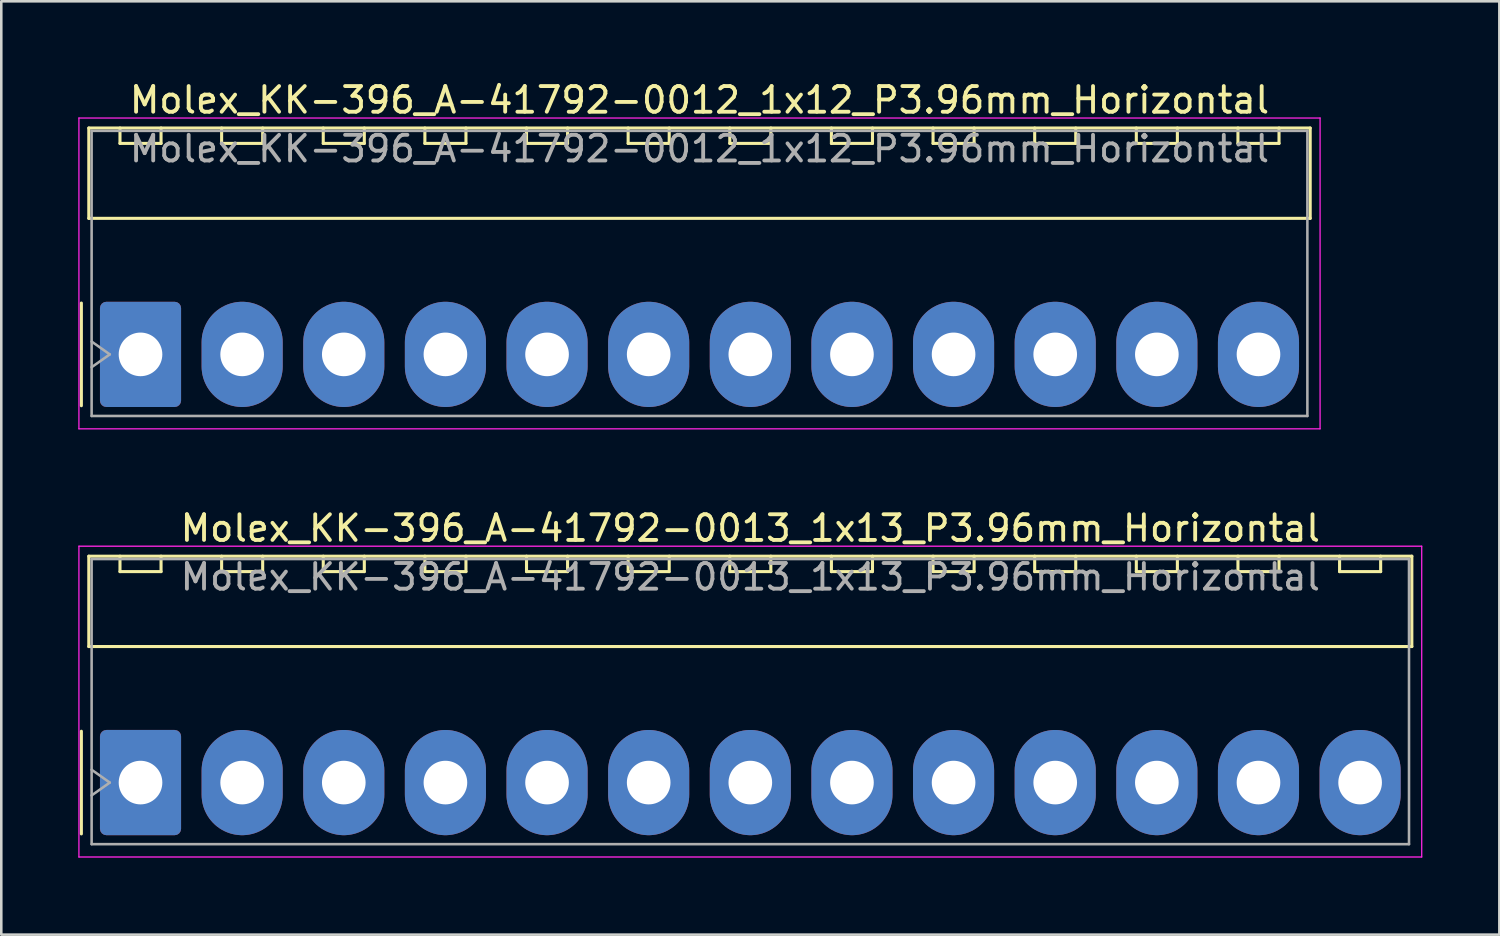
<source format=kicad_pcb>
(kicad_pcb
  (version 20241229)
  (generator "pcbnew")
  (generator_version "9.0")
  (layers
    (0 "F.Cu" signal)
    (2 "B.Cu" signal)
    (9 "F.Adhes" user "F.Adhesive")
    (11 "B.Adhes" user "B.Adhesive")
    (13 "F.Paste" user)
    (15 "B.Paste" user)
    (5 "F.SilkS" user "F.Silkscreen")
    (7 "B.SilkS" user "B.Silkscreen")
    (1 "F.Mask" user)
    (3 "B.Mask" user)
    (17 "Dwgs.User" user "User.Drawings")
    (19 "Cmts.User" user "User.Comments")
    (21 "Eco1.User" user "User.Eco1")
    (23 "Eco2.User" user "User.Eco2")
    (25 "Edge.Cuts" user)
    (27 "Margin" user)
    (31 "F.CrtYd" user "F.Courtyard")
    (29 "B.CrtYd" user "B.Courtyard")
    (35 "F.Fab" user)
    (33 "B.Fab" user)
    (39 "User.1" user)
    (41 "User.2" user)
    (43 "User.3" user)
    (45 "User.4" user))
  (footprint "Molex_KK-396_A-41792-0012_1x12_P3.96mm_Horizontal"
    (layer "F.Cu")
    (at 2.425 10.758)
    (property "Reference" "Molex_KK-396_A-41792-0012_1x12_P3.96mm_Horizontal" (at 21.78 -9.91 0) (layer "F.SilkS") (effects (font (size 1 1) (thickness 0.15))))
    (attr through_hole)
    (fp_line (start -2.305 -2) (end -2.305 2) (stroke (width 0.12) (type solid)) (layer "F.SilkS"))
    (fp_line (start -2.015 -8.82) (end 45.575 -8.82) (stroke (width 0.12) (type solid)) (layer "F.SilkS"))
    (fp_line (start -2.015 -5.3) (end -2.015 -8.82) (stroke (width 0.12) (type solid)) (layer "F.SilkS"))
    (fp_line (start -0.8 -8.82) (end -0.8 -8.22) (stroke (width 0.12) (type solid)) (layer "F.SilkS"))
    (fp_line (start -0.8 -8.22) (end 0.8 -8.22) (stroke (width 0.12) (type solid)) (layer "F.SilkS"))
    (fp_line (start 0.8 -8.22) (end 0.8 -8.82) (stroke (width 0.12) (type solid)) (layer "F.SilkS"))
    (fp_line (start 3.16 -8.82) (end 3.16 -8.22) (stroke (width 0.12) (type solid)) (layer "F.SilkS"))
    (fp_line (start 3.16 -8.22) (end 4.76 -8.22) (stroke (width 0.12) (type solid)) (layer "F.SilkS"))
    (fp_line (start 4.76 -8.22) (end 4.76 -8.82) (stroke (width 0.12) (type solid)) (layer "F.SilkS"))
    (fp_line (start 7.12 -8.82) (end 7.12 -8.22) (stroke (width 0.12) (type solid)) (layer "F.SilkS"))
    (fp_line (start 7.12 -8.22) (end 8.72 -8.22) (stroke (width 0.12) (type solid)) (layer "F.SilkS"))
    (fp_line (start 8.72 -8.22) (end 8.72 -8.82) (stroke (width 0.12) (type solid)) (layer "F.SilkS"))
    (fp_line (start 11.08 -8.82) (end 11.08 -8.22) (stroke (width 0.12) (type solid)) (layer "F.SilkS"))
    (fp_line (start 11.08 -8.22) (end 12.68 -8.22) (stroke (width 0.12) (type solid)) (layer "F.SilkS"))
    (fp_line (start 12.68 -8.22) (end 12.68 -8.82) (stroke (width 0.12) (type solid)) (layer "F.SilkS"))
    (fp_line (start 15.04 -8.82) (end 15.04 -8.22) (stroke (width 0.12) (type solid)) (layer "F.SilkS"))
    (fp_line (start 15.04 -8.22) (end 16.64 -8.22) (stroke (width 0.12) (type solid)) (layer "F.SilkS"))
    (fp_line (start 16.64 -8.22) (end 16.64 -8.82) (stroke (width 0.12) (type solid)) (layer "F.SilkS"))
    (fp_line (start 19 -8.82) (end 19 -8.22) (stroke (width 0.12) (type solid)) (layer "F.SilkS"))
    (fp_line (start 19 -8.22) (end 20.6 -8.22) (stroke (width 0.12) (type solid)) (layer "F.SilkS"))
    (fp_line (start 20.6 -8.22) (end 20.6 -8.82) (stroke (width 0.12) (type solid)) (layer "F.SilkS"))
    (fp_line (start 22.96 -8.82) (end 22.96 -8.22) (stroke (width 0.12) (type solid)) (layer "F.SilkS"))
    (fp_line (start 22.96 -8.22) (end 24.56 -8.22) (stroke (width 0.12) (type solid)) (layer "F.SilkS"))
    (fp_line (start 24.56 -8.22) (end 24.56 -8.82) (stroke (width 0.12) (type solid)) (layer "F.SilkS"))
    (fp_line (start 26.92 -8.82) (end 26.92 -8.22) (stroke (width 0.12) (type solid)) (layer "F.SilkS"))
    (fp_line (start 26.92 -8.22) (end 28.52 -8.22) (stroke (width 0.12) (type solid)) (layer "F.SilkS"))
    (fp_line (start 28.52 -8.22) (end 28.52 -8.82) (stroke (width 0.12) (type solid)) (layer "F.SilkS"))
    (fp_line (start 30.88 -8.82) (end 30.88 -8.22) (stroke (width 0.12) (type solid)) (layer "F.SilkS"))
    (fp_line (start 30.88 -8.22) (end 32.48 -8.22) (stroke (width 0.12) (type solid)) (layer "F.SilkS"))
    (fp_line (start 32.48 -8.22) (end 32.48 -8.82) (stroke (width 0.12) (type solid)) (layer "F.SilkS"))
    (fp_line (start 34.84 -8.82) (end 34.84 -8.22) (stroke (width 0.12) (type solid)) (layer "F.SilkS"))
    (fp_line (start 34.84 -8.22) (end 36.44 -8.22) (stroke (width 0.12) (type solid)) (layer "F.SilkS"))
    (fp_line (start 36.44 -8.22) (end 36.44 -8.82) (stroke (width 0.12) (type solid)) (layer "F.SilkS"))
    (fp_line (start 38.8 -8.82) (end 38.8 -8.22) (stroke (width 0.12) (type solid)) (layer "F.SilkS"))
    (fp_line (start 38.8 -8.22) (end 40.4 -8.22) (stroke (width 0.12) (type solid)) (layer "F.SilkS"))
    (fp_line (start 40.4 -8.22) (end 40.4 -8.82) (stroke (width 0.12) (type solid)) (layer "F.SilkS"))
    (fp_line (start 42.76 -8.82) (end 42.76 -8.22) (stroke (width 0.12) (type solid)) (layer "F.SilkS"))
    (fp_line (start 42.76 -8.22) (end 44.36 -8.22) (stroke (width 0.12) (type solid)) (layer "F.SilkS"))
    (fp_line (start 44.36 -8.22) (end 44.36 -8.82) (stroke (width 0.12) (type solid)) (layer "F.SilkS"))
    (fp_line (start 45.575 -8.82) (end 45.575 -5.3) (stroke (width 0.12) (type solid)) (layer "F.SilkS"))
    (fp_line (start 45.575 -5.3) (end -2.015 -5.3) (stroke (width 0.12) (type solid)) (layer "F.SilkS"))
    (fp_line (start -2.4 -9.21) (end -2.4 2.9) (stroke (width 0.05) (type solid)) (layer "F.CrtYd"))
    (fp_line (start -2.4 2.9) (end 45.96 2.9) (stroke (width 0.05) (type solid)) (layer "F.CrtYd"))
    (fp_line (start 45.96 -9.21) (end -2.4 -9.21) (stroke (width 0.05) (type solid)) (layer "F.CrtYd"))
    (fp_line (start 45.96 2.9) (end 45.96 -9.21) (stroke (width 0.05) (type solid)) (layer "F.CrtYd"))
    (fp_line (start -1.905 -8.71) (end 45.465 -8.71) (stroke (width 0.1) (type solid)) (layer "F.Fab"))
    (fp_line (start -1.905 -0.5) (end -1.198 0) (stroke (width 0.1) (type solid)) (layer "F.Fab"))
    (fp_line (start -1.905 2.4) (end -1.905 -8.71) (stroke (width 0.1) (type solid)) (layer "F.Fab"))
    (fp_line (start -1.198 0) (end -1.905 0.5) (stroke (width 0.1) (type solid)) (layer "F.Fab"))
    (fp_line (start 45.465 -8.71) (end 45.465 2.4) (stroke (width 0.1) (type solid)) (layer "F.Fab"))
    (fp_line (start 45.465 2.4) (end -1.905 2.4) (stroke (width 0.1) (type solid)) (layer "F.Fab"))
    (fp_text user "${REFERENCE}" (at 21.78 -8.01 0) (layer "F.Fab") (effects (font (size 1 1) (thickness 0.15))))
    (pad "1" thru_hole roundrect (at 0 0) (size 3.16 4.1) (drill 1.7) (layers "*.Cu" "*.Mask") (roundrect_rratio 0.079))
    (pad "2" thru_hole oval (at 3.96 0) (size 3.16 4.1) (drill 1.7) (layers "*.Cu" "*.Mask"))
    (pad "3" thru_hole oval (at 7.92 0) (size 3.16 4.1) (drill 1.7) (layers "*.Cu" "*.Mask"))
    (pad "4" thru_hole oval (at 11.88 0) (size 3.16 4.1) (drill 1.7) (layers "*.Cu" "*.Mask"))
    (pad "5" thru_hole oval (at 15.84 0) (size 3.16 4.1) (drill 1.7) (layers "*.Cu" "*.Mask"))
    (pad "6" thru_hole oval (at 19.8 0) (size 3.16 4.1) (drill 1.7) (layers "*.Cu" "*.Mask"))
    (pad "7" thru_hole oval (at 23.76 0) (size 3.16 4.1) (drill 1.7) (layers "*.Cu" "*.Mask"))
    (pad "8" thru_hole oval (at 27.72 0) (size 3.16 4.1) (drill 1.7) (layers "*.Cu" "*.Mask"))
    (pad "9" thru_hole oval (at 31.68 0) (size 3.16 4.1) (drill 1.7) (layers "*.Cu" "*.Mask"))
    (pad "10" thru_hole oval (at 35.64 0) (size 3.16 4.1) (drill 1.7) (layers "*.Cu" "*.Mask"))
    (pad "11" thru_hole oval (at 39.6 0) (size 3.16 4.1) (drill 1.7) (layers "*.Cu" "*.Mask"))
    (pad "12" thru_hole oval (at 43.56 0) (size 3.16 4.1) (drill 1.7) (layers "*.Cu" "*.Mask")))
  (footprint "Molex_KK-396_A-41792-0013_1x13_P3.96mm_Horizontal"
    (layer "F.Cu")
    (at 2.425 27.442)
    (property "Reference" "Molex_KK-396_A-41792-0013_1x13_P3.96mm_Horizontal" (at 23.76 -9.91 0) (layer "F.SilkS") (effects (font (size 1 1) (thickness 0.15))))
    (attr through_hole)
    (fp_line (start -2.305 -2) (end -2.305 2) (stroke (width 0.12) (type solid)) (layer "F.SilkS"))
    (fp_line (start -2.015 -8.82) (end 49.535 -8.82) (stroke (width 0.12) (type solid)) (layer "F.SilkS"))
    (fp_line (start -2.015 -5.3) (end -2.015 -8.82) (stroke (width 0.12) (type solid)) (layer "F.SilkS"))
    (fp_line (start -0.8 -8.82) (end -0.8 -8.22) (stroke (width 0.12) (type solid)) (layer "F.SilkS"))
    (fp_line (start -0.8 -8.22) (end 0.8 -8.22) (stroke (width 0.12) (type solid)) (layer "F.SilkS"))
    (fp_line (start 0.8 -8.22) (end 0.8 -8.82) (stroke (width 0.12) (type solid)) (layer "F.SilkS"))
    (fp_line (start 3.16 -8.82) (end 3.16 -8.22) (stroke (width 0.12) (type solid)) (layer "F.SilkS"))
    (fp_line (start 3.16 -8.22) (end 4.76 -8.22) (stroke (width 0.12) (type solid)) (layer "F.SilkS"))
    (fp_line (start 4.76 -8.22) (end 4.76 -8.82) (stroke (width 0.12) (type solid)) (layer "F.SilkS"))
    (fp_line (start 7.12 -8.82) (end 7.12 -8.22) (stroke (width 0.12) (type solid)) (layer "F.SilkS"))
    (fp_line (start 7.12 -8.22) (end 8.72 -8.22) (stroke (width 0.12) (type solid)) (layer "F.SilkS"))
    (fp_line (start 8.72 -8.22) (end 8.72 -8.82) (stroke (width 0.12) (type solid)) (layer "F.SilkS"))
    (fp_line (start 11.08 -8.82) (end 11.08 -8.22) (stroke (width 0.12) (type solid)) (layer "F.SilkS"))
    (fp_line (start 11.08 -8.22) (end 12.68 -8.22) (stroke (width 0.12) (type solid)) (layer "F.SilkS"))
    (fp_line (start 12.68 -8.22) (end 12.68 -8.82) (stroke (width 0.12) (type solid)) (layer "F.SilkS"))
    (fp_line (start 15.04 -8.82) (end 15.04 -8.22) (stroke (width 0.12) (type solid)) (layer "F.SilkS"))
    (fp_line (start 15.04 -8.22) (end 16.64 -8.22) (stroke (width 0.12) (type solid)) (layer "F.SilkS"))
    (fp_line (start 16.64 -8.22) (end 16.64 -8.82) (stroke (width 0.12) (type solid)) (layer "F.SilkS"))
    (fp_line (start 19 -8.82) (end 19 -8.22) (stroke (width 0.12) (type solid)) (layer "F.SilkS"))
    (fp_line (start 19 -8.22) (end 20.6 -8.22) (stroke (width 0.12) (type solid)) (layer "F.SilkS"))
    (fp_line (start 20.6 -8.22) (end 20.6 -8.82) (stroke (width 0.12) (type solid)) (layer "F.SilkS"))
    (fp_line (start 22.96 -8.82) (end 22.96 -8.22) (stroke (width 0.12) (type solid)) (layer "F.SilkS"))
    (fp_line (start 22.96 -8.22) (end 24.56 -8.22) (stroke (width 0.12) (type solid)) (layer "F.SilkS"))
    (fp_line (start 24.56 -8.22) (end 24.56 -8.82) (stroke (width 0.12) (type solid)) (layer "F.SilkS"))
    (fp_line (start 26.92 -8.82) (end 26.92 -8.22) (stroke (width 0.12) (type solid)) (layer "F.SilkS"))
    (fp_line (start 26.92 -8.22) (end 28.52 -8.22) (stroke (width 0.12) (type solid)) (layer "F.SilkS"))
    (fp_line (start 28.52 -8.22) (end 28.52 -8.82) (stroke (width 0.12) (type solid)) (layer "F.SilkS"))
    (fp_line (start 30.88 -8.82) (end 30.88 -8.22) (stroke (width 0.12) (type solid)) (layer "F.SilkS"))
    (fp_line (start 30.88 -8.22) (end 32.48 -8.22) (stroke (width 0.12) (type solid)) (layer "F.SilkS"))
    (fp_line (start 32.48 -8.22) (end 32.48 -8.82) (stroke (width 0.12) (type solid)) (layer "F.SilkS"))
    (fp_line (start 34.84 -8.82) (end 34.84 -8.22) (stroke (width 0.12) (type solid)) (layer "F.SilkS"))
    (fp_line (start 34.84 -8.22) (end 36.44 -8.22) (stroke (width 0.12) (type solid)) (layer "F.SilkS"))
    (fp_line (start 36.44 -8.22) (end 36.44 -8.82) (stroke (width 0.12) (type solid)) (layer "F.SilkS"))
    (fp_line (start 38.8 -8.82) (end 38.8 -8.22) (stroke (width 0.12) (type solid)) (layer "F.SilkS"))
    (fp_line (start 38.8 -8.22) (end 40.4 -8.22) (stroke (width 0.12) (type solid)) (layer "F.SilkS"))
    (fp_line (start 40.4 -8.22) (end 40.4 -8.82) (stroke (width 0.12) (type solid)) (layer "F.SilkS"))
    (fp_line (start 42.76 -8.82) (end 42.76 -8.22) (stroke (width 0.12) (type solid)) (layer "F.SilkS"))
    (fp_line (start 42.76 -8.22) (end 44.36 -8.22) (stroke (width 0.12) (type solid)) (layer "F.SilkS"))
    (fp_line (start 44.36 -8.22) (end 44.36 -8.82) (stroke (width 0.12) (type solid)) (layer "F.SilkS"))
    (fp_line (start 46.72 -8.82) (end 46.72 -8.22) (stroke (width 0.12) (type solid)) (layer "F.SilkS"))
    (fp_line (start 46.72 -8.22) (end 48.32 -8.22) (stroke (width 0.12) (type solid)) (layer "F.SilkS"))
    (fp_line (start 48.32 -8.22) (end 48.32 -8.82) (stroke (width 0.12) (type solid)) (layer "F.SilkS"))
    (fp_line (start 49.535 -8.82) (end 49.535 -5.3) (stroke (width 0.12) (type solid)) (layer "F.SilkS"))
    (fp_line (start 49.535 -5.3) (end -2.015 -5.3) (stroke (width 0.12) (type solid)) (layer "F.SilkS"))
    (fp_line (start -2.4 -9.21) (end -2.4 2.9) (stroke (width 0.05) (type solid)) (layer "F.CrtYd"))
    (fp_line (start -2.4 2.9) (end 49.92 2.9) (stroke (width 0.05) (type solid)) (layer "F.CrtYd"))
    (fp_line (start 49.92 -9.21) (end -2.4 -9.21) (stroke (width 0.05) (type solid)) (layer "F.CrtYd"))
    (fp_line (start 49.92 2.9) (end 49.92 -9.21) (stroke (width 0.05) (type solid)) (layer "F.CrtYd"))
    (fp_line (start -1.905 -8.71) (end 49.425 -8.71) (stroke (width 0.1) (type solid)) (layer "F.Fab"))
    (fp_line (start -1.905 -0.5) (end -1.198 0) (stroke (width 0.1) (type solid)) (layer "F.Fab"))
    (fp_line (start -1.905 2.4) (end -1.905 -8.71) (stroke (width 0.1) (type solid)) (layer "F.Fab"))
    (fp_line (start -1.198 0) (end -1.905 0.5) (stroke (width 0.1) (type solid)) (layer "F.Fab"))
    (fp_line (start 49.425 -8.71) (end 49.425 2.4) (stroke (width 0.1) (type solid)) (layer "F.Fab"))
    (fp_line (start 49.425 2.4) (end -1.905 2.4) (stroke (width 0.1) (type solid)) (layer "F.Fab"))
    (fp_text user "${REFERENCE}" (at 23.76 -8.01 0) (layer "F.Fab") (effects (font (size 1 1) (thickness 0.15))))
    (pad "1" thru_hole roundrect (at 0 0) (size 3.16 4.1) (drill 1.7) (layers "*.Cu" "*.Mask") (roundrect_rratio 0.079))
    (pad "2" thru_hole oval (at 3.96 0) (size 3.16 4.1) (drill 1.7) (layers "*.Cu" "*.Mask"))
    (pad "3" thru_hole oval (at 7.92 0) (size 3.16 4.1) (drill 1.7) (layers "*.Cu" "*.Mask"))
    (pad "4" thru_hole oval (at 11.88 0) (size 3.16 4.1) (drill 1.7) (layers "*.Cu" "*.Mask"))
    (pad "5" thru_hole oval (at 15.84 0) (size 3.16 4.1) (drill 1.7) (layers "*.Cu" "*.Mask"))
    (pad "6" thru_hole oval (at 19.8 0) (size 3.16 4.1) (drill 1.7) (layers "*.Cu" "*.Mask"))
    (pad "7" thru_hole oval (at 23.76 0) (size 3.16 4.1) (drill 1.7) (layers "*.Cu" "*.Mask"))
    (pad "8" thru_hole oval (at 27.72 0) (size 3.16 4.1) (drill 1.7) (layers "*.Cu" "*.Mask"))
    (pad "9" thru_hole oval (at 31.68 0) (size 3.16 4.1) (drill 1.7) (layers "*.Cu" "*.Mask"))
    (pad "10" thru_hole oval (at 35.64 0) (size 3.16 4.1) (drill 1.7) (layers "*.Cu" "*.Mask"))
    (pad "11" thru_hole oval (at 39.6 0) (size 3.16 4.1) (drill 1.7) (layers "*.Cu" "*.Mask"))
    (pad "12" thru_hole oval (at 43.56 0) (size 3.16 4.1) (drill 1.7) (layers "*.Cu" "*.Mask"))
    (pad "13" thru_hole oval (at 47.52 0) (size 3.16 4.1) (drill 1.7) (layers "*.Cu" "*.Mask")))
  (gr_rect
    (start -3 -3)
    (end 55.37 33.367)
    (stroke (width 0.1) (type default))
    (fill no)
    (layer "Edge.Cuts")))
</source>
